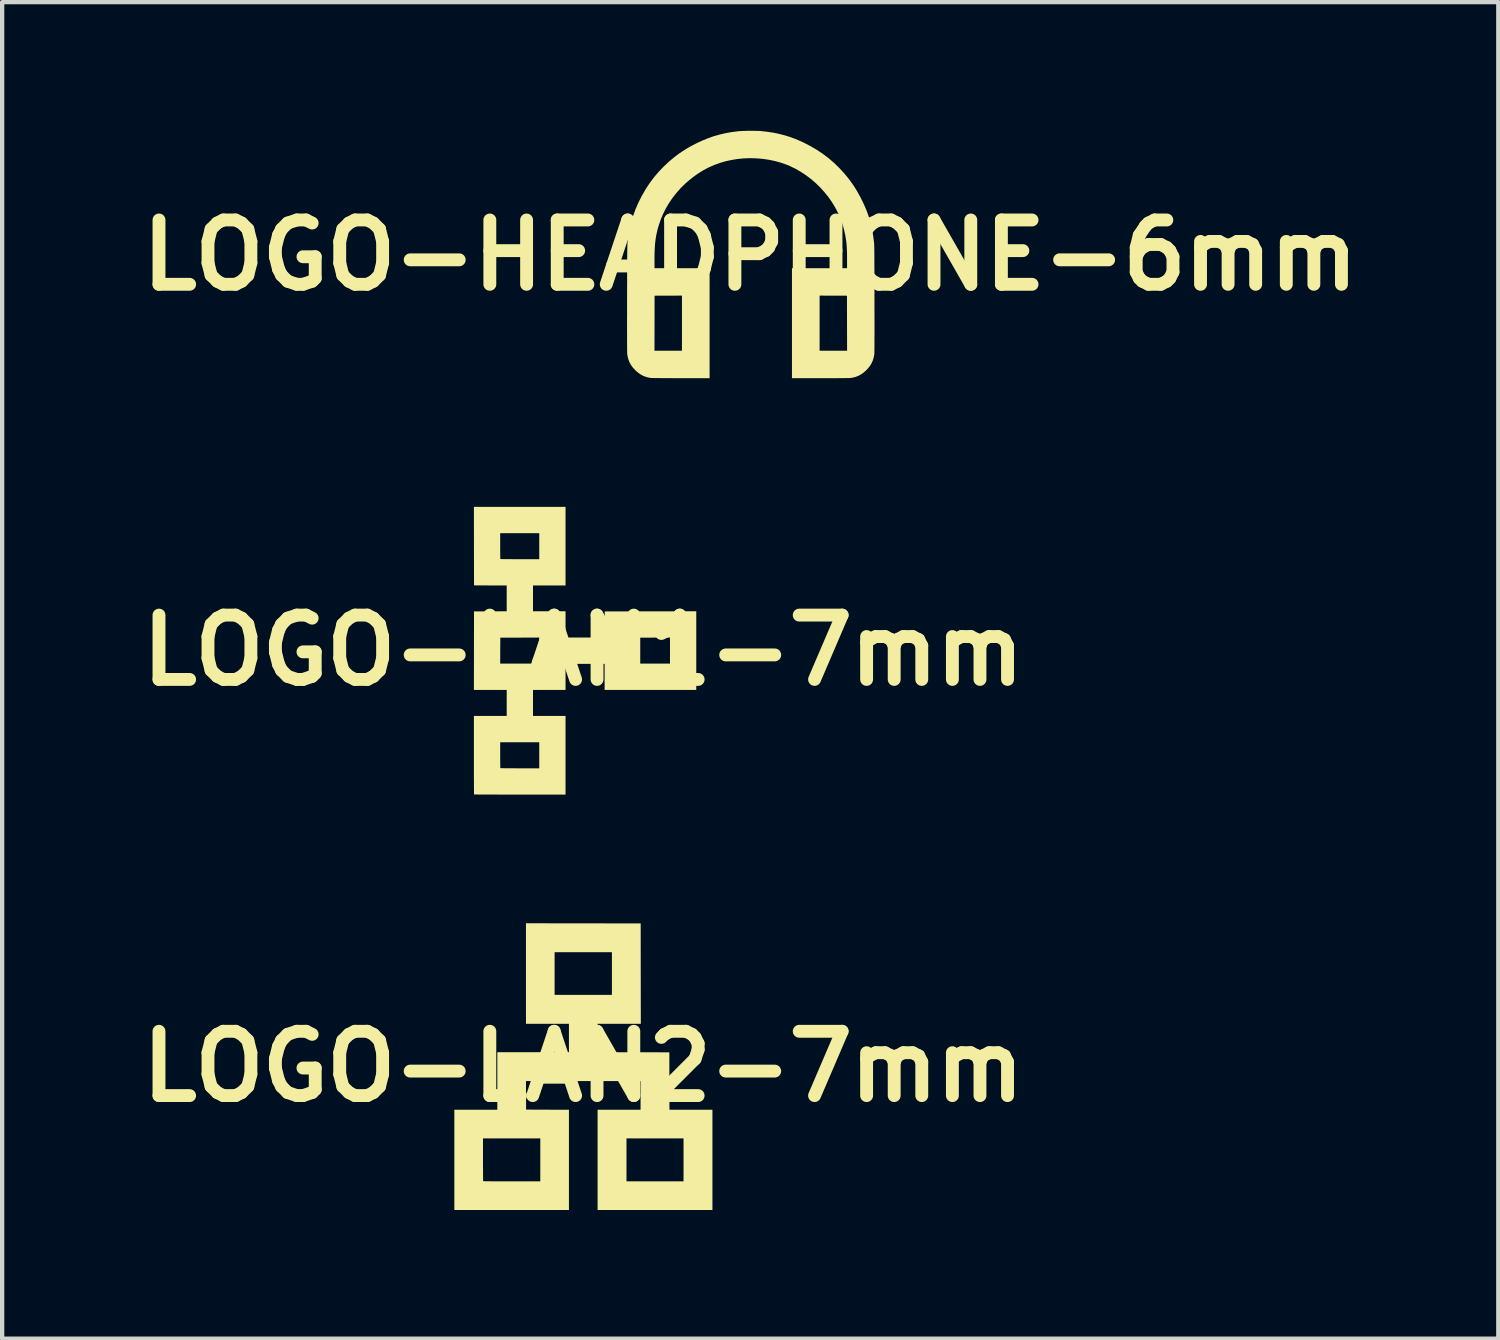
<source format=kicad_pcb>
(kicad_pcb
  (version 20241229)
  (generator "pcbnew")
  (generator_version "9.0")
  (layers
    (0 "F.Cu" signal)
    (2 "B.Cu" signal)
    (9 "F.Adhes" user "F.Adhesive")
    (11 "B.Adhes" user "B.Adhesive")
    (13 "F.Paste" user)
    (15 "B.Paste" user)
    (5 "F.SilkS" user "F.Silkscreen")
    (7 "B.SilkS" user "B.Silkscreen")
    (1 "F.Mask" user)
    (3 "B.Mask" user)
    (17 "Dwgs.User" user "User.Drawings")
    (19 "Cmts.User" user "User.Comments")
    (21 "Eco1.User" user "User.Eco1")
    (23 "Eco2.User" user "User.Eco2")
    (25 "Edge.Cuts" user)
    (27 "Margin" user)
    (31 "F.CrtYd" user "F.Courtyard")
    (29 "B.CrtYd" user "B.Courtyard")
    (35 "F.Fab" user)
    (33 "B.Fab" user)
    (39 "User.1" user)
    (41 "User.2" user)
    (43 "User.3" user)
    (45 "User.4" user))
  (footprint "LOGO-LAN2-7mm"
    (layer "F.Cu")
    (at 10.55 21.818)
    (property "Reference" "LOGO-LAN2-7mm" (at 0 0 0) (layer "F.SilkS") (effects (font (size 1.5 1.5) (thickness 0.3))))
    (attr board_only exclude_from_pos_files exclude_from_bom)
    (fp_poly (pts (xy 0.002 -3.338) (xy 1.339 -3.337) (xy 1.34 -2.166) (xy 1.342 -0.996) (xy 0.838 -0.996) (xy 0.334 -0.996) (xy 0.334 -0.665) (xy 0.334 -0.334) (xy 1.17 -0.332) (xy 2.007 -0.331) (xy 2.008 0.339) (xy 2.01 1.008) (xy 2.511 1.008) (xy 3.012 1.008) (xy 3.012 2.177) (xy 3.012 3.346) (xy 1.673 3.346) (xy 0.334 3.346) (xy 0.334 2.177) (xy 0.334 1.676) (xy 1.008 1.676) (xy 1.008 2.177) (xy 1.008 2.678) (xy 1.673 2.678) (xy 2.338 2.678) (xy 2.338 2.177) (xy 2.338 1.676) (xy 1.673 1.676) (xy 1.008 1.676) (xy 0.334 1.676) (xy 0.334 1.008) (xy 0.835 1.008) (xy 1.336 1.008) (xy 1.336 0.674) (xy 1.336 0.34) (xy -0.000052 0.34) (xy -1.336 0.34) (xy -1.334 0.672) (xy -1.333 1.005) (xy -0.833 1.007) (xy -0.334 1.008) (xy -0.334 2.177) (xy -0.334 3.346) (xy -1.67 3.346) (xy -3.006 3.346) (xy -3.006 2.177) (xy -3.006 1.676) (xy -2.338 1.676) (xy -2.338 2.173) (xy -2.338 2.249) (xy -2.338 2.323) (xy -2.337 2.391) (xy -2.337 2.455) (xy -2.337 2.512) (xy -2.336 2.562) (xy -2.336 2.604) (xy -2.335 2.637) (xy -2.335 2.66) (xy -2.334 2.672) (xy -2.334 2.674) (xy -2.327 2.674) (xy -2.309 2.675) (xy -2.281 2.675) (xy -2.243 2.676) (xy -2.196 2.676) (xy -2.14 2.677) (xy -2.077 2.677) (xy -2.008 2.677) (xy -1.932 2.677) (xy -1.852 2.678) (xy -1.767 2.678) (xy -1.678 2.678) (xy -1.666 2.678) (xy -1.002 2.678) (xy -1.002 2.177) (xy -1.002 1.676) (xy -1.67 1.676) (xy -2.338 1.676) (xy -3.006 1.676) (xy -3.006 1.008) (xy -2.505 1.008) (xy -2.004 1.008) (xy -2.004 0.337) (xy -2.004 -0.334) (xy -1.169 -0.334) (xy -0.334 -0.334) (xy -0.334 -0.665) (xy -0.334 -0.996) (xy -0.835 -0.996) (xy -1.336 -0.996) (xy -1.336 -2.168) (xy -1.336 -2.666) (xy -0.668 -2.666) (xy -0.668 -2.168) (xy -0.668 -1.67) (xy 0 -1.67) (xy 0.668 -1.67) (xy 0.668 -2.168) (xy 0.668 -2.666) (xy 0 -2.666) (xy -0.668 -2.666) (xy -1.336 -2.666) (xy -1.336 -3.34)) (stroke (width 0) (type solid)) (fill yes) (layer "F.SilkS")))
  (footprint "LOGO-HEADPHONE-6mm"
    (layer "F.Cu")
    (at 14.443 2.901)
    (property "Reference" "LOGO-HEADPHONE-6mm" (at 0 0 0) (layer "F.SilkS") (effects (font (size 1.5 1.5) (thickness 0.3))))
    (attr board_only exclude_from_pos_files exclude_from_bom)
    (fp_poly (pts (xy 0.08 -2.901) (xy 0.133 -2.9) (xy 0.182 -2.899) (xy 0.224 -2.897) (xy 0.258 -2.895) (xy 0.263 -2.894) (xy 0.409 -2.877) (xy 0.547 -2.856) (xy 0.679 -2.828) (xy 0.806 -2.795) (xy 0.931 -2.756) (xy 1.055 -2.71) (xy 1.179 -2.657) (xy 1.257 -2.621) (xy 1.412 -2.54) (xy 1.56 -2.453) (xy 1.7 -2.359) (xy 1.832 -2.258) (xy 1.958 -2.15) (xy 2.078 -2.033) (xy 2.192 -1.909) (xy 2.25 -1.84) (xy 2.336 -1.729) (xy 2.416 -1.615) (xy 2.491 -1.495) (xy 2.562 -1.367) (xy 2.615 -1.262) (xy 2.668 -1.148) (xy 2.715 -1.035) (xy 2.756 -0.924) (xy 2.791 -0.811) (xy 2.821 -0.695) (xy 2.846 -0.575) (xy 2.868 -0.448) (xy 2.885 -0.313) (xy 2.887 -0.301) (xy 2.888 -0.292) (xy 2.888 -0.282) (xy 2.889 -0.27) (xy 2.89 -0.256) (xy 2.891 -0.239) (xy 2.891 -0.22) (xy 2.892 -0.197) (xy 2.892 -0.171) (xy 2.893 -0.14) (xy 2.893 -0.105) (xy 2.894 -0.065) (xy 2.894 -0.019) (xy 2.894 0.032) (xy 2.895 0.089) (xy 2.895 0.153) (xy 2.895 0.224) (xy 2.896 0.302) (xy 2.896 0.388) (xy 2.896 0.482) (xy 2.896 0.584) (xy 2.897 0.696) (xy 2.897 0.817) (xy 2.897 0.948) (xy 2.897 1.02) (xy 2.897 1.169) (xy 2.897 1.308) (xy 2.898 1.436) (xy 2.898 1.555) (xy 2.898 1.665) (xy 2.898 1.765) (xy 2.898 1.856) (xy 2.897 1.938) (xy 2.897 2.011) (xy 2.897 2.076) (xy 2.897 2.132) (xy 2.896 2.181) (xy 2.896 2.221) (xy 2.895 2.254) (xy 2.895 2.279) (xy 2.894 2.297) (xy 2.894 2.308) (xy 2.893 2.311) (xy 2.879 2.386) (xy 2.858 2.456) (xy 2.828 2.522) (xy 2.79 2.584) (xy 2.741 2.644) (xy 2.709 2.678) (xy 2.65 2.732) (xy 2.589 2.776) (xy 2.525 2.811) (xy 2.458 2.837) (xy 2.386 2.855) (xy 2.345 2.862) (xy 2.333 2.863) (xy 2.31 2.864) (xy 2.276 2.864) (xy 2.233 2.865) (xy 2.179 2.866) (xy 2.114 2.866) (xy 2.04 2.867) (xy 1.955 2.867) (xy 1.86 2.867) (xy 1.755 2.867) (xy 1.639 2.867) (xy 1.639 2.867) (xy 0.973 2.867) (xy 0.973 1.585) (xy 0.973 0.942) (xy 1.618 0.942) (xy 1.618 1.585) (xy 1.618 2.227) (xy 1.938 2.227) (xy 2.259 2.227) (xy 2.257 1.586) (xy 2.256 0.944) (xy 1.937 0.943) (xy 1.618 0.942) (xy 0.973 0.942) (xy 0.973 0.302) (xy 1.616 0.302) (xy 2.258 0.302) (xy 2.258 0.116) (xy 2.258 0.03) (xy 2.257 -0.046) (xy 2.255 -0.114) (xy 2.252 -0.177) (xy 2.248 -0.234) (xy 2.243 -0.288) (xy 2.24 -0.315) (xy 2.218 -0.455) (xy 2.188 -0.594) (xy 2.149 -0.73) (xy 2.102 -0.861) (xy 2.101 -0.864) (xy 2.045 -0.993) (xy 1.978 -1.119) (xy 1.903 -1.242) (xy 1.82 -1.36) (xy 1.729 -1.473) (xy 1.631 -1.581) (xy 1.526 -1.683) (xy 1.415 -1.778) (xy 1.3 -1.865) (xy 1.179 -1.945) (xy 1.055 -2.016) (xy 0.927 -2.078) (xy 0.859 -2.107) (xy 0.723 -2.155) (xy 0.582 -2.195) (xy 0.438 -2.225) (xy 0.291 -2.247) (xy 0.142 -2.259) (xy -0.008 -2.263) (xy -0.159 -2.257) (xy -0.308 -2.242) (xy -0.455 -2.217) (xy -0.565 -2.193) (xy -0.703 -2.153) (xy -0.838 -2.105) (xy -0.967 -2.047) (xy -1.094 -1.981) (xy -1.216 -1.905) (xy -1.336 -1.819) (xy -1.453 -1.724) (xy -1.506 -1.677) (xy -1.616 -1.57) (xy -1.717 -1.457) (xy -1.81 -1.339) (xy -1.894 -1.216) (xy -1.969 -1.088) (xy -2.035 -0.956) (xy -2.091 -0.821) (xy -2.138 -0.681) (xy -2.162 -0.596) (xy -2.177 -0.53) (xy -2.191 -0.465) (xy -2.202 -0.401) (xy -2.211 -0.335) (xy -2.219 -0.267) (xy -2.224 -0.195) (xy -2.228 -0.117) (xy -2.231 -0.032) (xy -2.232 0.06) (xy -2.232 0.116) (xy -2.232 0.302) (xy -1.59 0.302) (xy -0.947 0.302) (xy -0.947 1.585) (xy -0.947 2.867) (xy -1.62 2.867) (xy -1.723 2.867) (xy -1.817 2.867) (xy -1.901 2.866) (xy -1.977 2.866) (xy -2.043 2.866) (xy -2.102 2.865) (xy -2.152 2.865) (xy -2.196 2.865) (xy -2.233 2.864) (xy -2.263 2.863) (xy -2.288 2.863) (xy -2.308 2.862) (xy -2.322 2.861) (xy -2.332 2.86) (xy -2.334 2.86) (xy -2.407 2.844) (xy -2.475 2.822) (xy -2.538 2.791) (xy -2.597 2.752) (xy -2.656 2.704) (xy -2.683 2.678) (xy -2.737 2.619) (xy -2.781 2.558) (xy -2.816 2.495) (xy -2.842 2.427) (xy -2.86 2.355) (xy -2.867 2.311) (xy -2.868 2.302) (xy -2.869 2.286) (xy -2.869 2.263) (xy -2.87 2.232) (xy -2.87 2.227) (xy -2.232 2.227) (xy -1.912 2.227) (xy -1.592 2.227) (xy -1.592 1.585) (xy -1.592 0.942) (xy -1.911 0.943) (xy -2.23 0.944) (xy -2.231 1.586) (xy -2.232 2.227) (xy -2.87 2.227) (xy -2.87 2.194) (xy -2.87 2.148) (xy -2.871 2.094) (xy -2.871 2.031) (xy -2.871 1.96) (xy -2.871 1.881) (xy -2.872 1.792) (xy -2.872 1.695) (xy -2.872 1.588) (xy -2.872 1.472) (xy -2.871 1.346) (xy -2.871 1.21) (xy -2.871 1.063) (xy -2.871 1.02) (xy -2.871 0.884) (xy -2.871 0.759) (xy -2.87 0.643) (xy -2.87 0.536) (xy -2.87 0.438) (xy -2.87 0.348) (xy -2.87 0.266) (xy -2.869 0.191) (xy -2.869 0.123) (xy -2.869 0.062) (xy -2.868 0.006) (xy -2.868 -0.043) (xy -2.867 -0.088) (xy -2.867 -0.128) (xy -2.866 -0.163) (xy -2.865 -0.195) (xy -2.864 -0.223) (xy -2.863 -0.248) (xy -2.862 -0.27) (xy -2.861 -0.29) (xy -2.86 -0.309) (xy -2.858 -0.326) (xy -2.856 -0.342) (xy -2.854 -0.358) (xy -2.852 -0.374) (xy -2.85 -0.391) (xy -2.848 -0.408) (xy -2.845 -0.427) (xy -2.844 -0.436) (xy -2.817 -0.596) (xy -2.779 -0.755) (xy -2.732 -0.913) (xy -2.675 -1.07) (xy -2.608 -1.225) (xy -2.531 -1.378) (xy -2.445 -1.528) (xy -2.426 -1.559) (xy -2.336 -1.694) (xy -2.237 -1.825) (xy -2.129 -1.951) (xy -2.014 -2.071) (xy -1.893 -2.184) (xy -1.766 -2.29) (xy -1.666 -2.365) (xy -1.585 -2.42) (xy -1.505 -2.471) (xy -1.423 -2.52) (xy -1.337 -2.567) (xy -1.244 -2.614) (xy -1.231 -2.621) (xy -1.1 -2.68) (xy -0.972 -2.732) (xy -0.843 -2.777) (xy -0.712 -2.814) (xy -0.578 -2.845) (xy -0.439 -2.87) (xy -0.292 -2.889) (xy -0.265 -2.892) (xy -0.232 -2.894) (xy -0.19 -2.897) (xy -0.141 -2.898) (xy -0.088 -2.9) (xy -0.032 -2.901) (xy 0.024 -2.901)) (stroke (width 0) (type solid)) (fill yes) (layer "F.SilkS")))
  (footprint "LOGO-LAN1-7mm"
    (layer "F.Cu")
    (at 10.55 12.114)
    (property "Reference" "LOGO-LAN1-7mm" (at 0 0 0) (layer "F.SilkS") (effects (font (size 1.5 1.5) (thickness 0.3))))
    (attr board_only exclude_from_pos_files exclude_from_bom)
    (fp_poly (pts (xy -0.413 -2.429) (xy -0.413 -1.512) (xy -0.792 -1.512) (xy -1.172 -1.512) (xy -1.172 -1.211) (xy -1.172 -0.911) (xy -0.792 -0.911) (xy -0.413 -0.911) (xy -0.413 -0.604) (xy -0.413 -0.298) (xy 0.042 -0.298) (xy 0.498 -0.298) (xy 0.499 -0.603) (xy 0.501 -0.908) (xy 1.568 -0.909) (xy 2.635 -0.911) (xy 2.635 0.006) (xy 2.635 0.923) (xy 1.567 0.923) (xy 0.498 0.923) (xy 0.498 0.619) (xy 0.498 0.316) (xy 0.043 0.316) (xy -0.413 0.316) (xy -0.413 0.619) (xy -0.413 0.923) (xy -0.792 0.923) (xy -1.172 0.923) (xy -1.172 1.227) (xy -1.172 1.53) (xy -0.792 1.53) (xy -0.413 1.53) (xy -0.413 2.447) (xy -0.413 3.364) (xy -1.478 3.364) (xy -1.59 3.364) (xy -1.7 3.364) (xy -1.806 3.364) (xy -1.907 3.364) (xy -2.003 3.363) (xy -2.093 3.363) (xy -2.177 3.363) (xy -2.254 3.363) (xy -2.323 3.362) (xy -2.384 3.362) (xy -2.437 3.362) (xy -2.479 3.361) (xy -2.512 3.361) (xy -2.534 3.361) (xy -2.545 3.36) (xy -2.546 3.36) (xy -2.547 3.354) (xy -2.547 3.336) (xy -2.548 3.307) (xy -2.548 3.268) (xy -2.548 3.22) (xy -2.549 3.163) (xy -2.549 3.097) (xy -2.549 3.024) (xy -2.55 2.945) (xy -2.55 2.859) (xy -2.55 2.768) (xy -2.55 2.672) (xy -2.55 2.572) (xy -2.55 2.468) (xy -2.55 2.443) (xy -2.55 2.143) (xy -1.937 2.143) (xy -1.937 2.443) (xy -1.937 2.502) (xy -1.937 2.558) (xy -1.936 2.608) (xy -1.936 2.653) (xy -1.935 2.69) (xy -1.935 2.719) (xy -1.934 2.738) (xy -1.933 2.746) (xy -1.933 2.747) (xy -1.926 2.747) (xy -1.909 2.748) (xy -1.881 2.749) (xy -1.843 2.749) (xy -1.798 2.75) (xy -1.745 2.75) (xy -1.685 2.75) (xy -1.62 2.75) (xy -1.551 2.751) (xy -1.478 2.751) (xy -1.478 2.751) (xy -1.026 2.751) (xy -1.026 2.447) (xy -1.026 2.143) (xy -1.482 2.143) (xy -1.937 2.143) (xy -2.55 2.143) (xy -2.55 1.53) (xy -2.168 1.53) (xy -1.785 1.53) (xy -1.785 1.227) (xy -1.785 0.923) (xy -2.168 0.923) (xy -2.55 0.923) (xy -2.549 0.31) (xy -1.937 0.31) (xy -1.482 0.31) (xy -1.026 0.31) (xy 1.111 0.31) (xy 1.567 0.31) (xy 2.022 0.31) (xy 2.022 0.006) (xy 2.022 -0.298) (xy 1.568 -0.296) (xy 1.114 -0.295) (xy 1.113 0.008) (xy 1.111 0.31) (xy -1.026 0.31) (xy -1.026 0.006) (xy -1.026 -0.298) (xy -1.48 -0.296) (xy -1.934 -0.295) (xy -1.936 0.008) (xy -1.937 0.31) (xy -2.549 0.31) (xy -2.549 0.008) (xy -2.547 -0.908) (xy -2.166 -0.909) (xy -1.785 -0.911) (xy -1.785 -1.211) (xy -1.785 -1.512) (xy -2.166 -1.513) (xy -2.547 -1.515) (xy -2.549 -2.43) (xy -2.549 -2.732) (xy -1.937 -2.732) (xy -1.937 -2.433) (xy -1.937 -2.374) (xy -1.937 -2.318) (xy -1.936 -2.268) (xy -1.936 -2.223) (xy -1.935 -2.186) (xy -1.935 -2.157) (xy -1.934 -2.138) (xy -1.933 -2.13) (xy -1.933 -2.129) (xy -1.926 -2.129) (xy -1.909 -2.128) (xy -1.881 -2.127) (xy -1.843 -2.127) (xy -1.798 -2.126) (xy -1.745 -2.126) (xy -1.685 -2.126) (xy -1.62 -2.125) (xy -1.551 -2.125) (xy -1.478 -2.125) (xy -1.478 -2.125) (xy -1.026 -2.125) (xy -1.026 -2.429) (xy -1.026 -2.732) (xy -1.482 -2.732) (xy -1.937 -2.732) (xy -2.549 -2.732) (xy -2.55 -3.346) (xy -1.482 -3.346) (xy -0.413 -3.346)) (stroke (width 0) (type solid)) (fill yes) (layer "F.SilkS")))
  (gr_rect
    (start -3 -3)
    (end 31.886 28.164)
    (stroke (width 0.1) (type default))
    (fill no)
    (layer "Edge.Cuts")))
</source>
